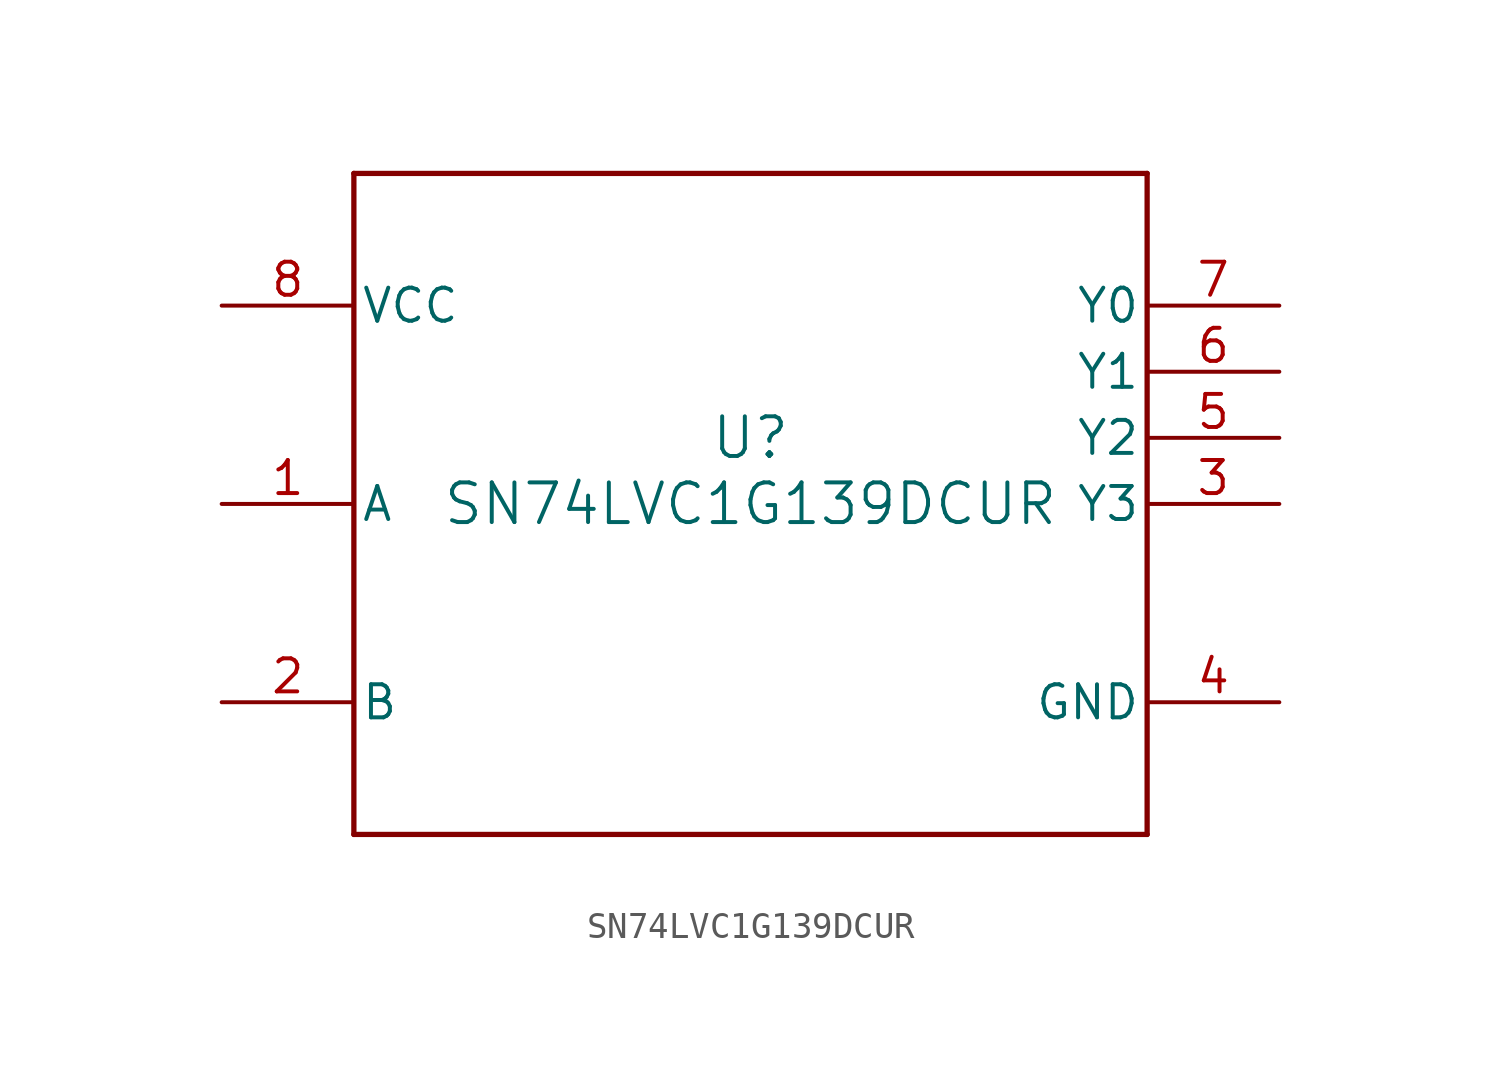
<source format=kicad_sym>
(kicad_symbol_lib
  (version 20211014)
  (generator kicad_symbol_editor)
  (symbol "SN74LVC1G139DCUR"
    (pin_names
      (offset 0.254))
    (property "Reference" "U"
      (at 0 2.54 0)
      (effects (font (size 1.524 1.524))))
    (property "Value" "SN74LVC1G139DCUR"
      (at 0 0 0)
      (effects (font (size 1.524 1.524))))
    (symbol "SN74LVC1G139DCUR_0_1"
      (polyline (pts (xy -15.24 -12.7) (xy 15.24 -12.7)) (stroke (width 0.203) (type default) (color 0 0 0 0)) (fill (type none)))
      (polyline (pts (xy 15.24 -12.7) (xy 15.24 12.7)) (stroke (width 0.203) (type default) (color 0 0 0 0)) (fill (type none)))
      (polyline (pts (xy 15.24 12.7) (xy -15.24 12.7)) (stroke (width 0.203) (type default) (color 0 0 0 0)) (fill (type none)))
      (polyline (pts (xy -15.24 12.7) (xy -15.24 -12.7)) (stroke (width 0.203) (type default) (color 0 0 0 0)) (fill (type none)))
      (pin input line (at -20.32 0 0) (length 5.08) (name "A" (effects (font (size 1.27 1.27)))) (number "1" (effects (font (size 1.27 1.27)))))
      (pin input line (at -20.32 -7.62 0) (length 5.08) (name "B" (effects (font (size 1.27 1.27)))) (number "2" (effects (font (size 1.27 1.27)))))
      (pin output line (at 20.32 0 180) (length 5.08) (name "Y3" (effects (font (size 1.27 1.27)))) (number "3" (effects (font (size 1.27 1.27)))))
      (pin power_in line (at 20.32 -7.62 180) (length 5.08) (name "GND" (effects (font (size 1.27 1.27)))) (number "4" (effects (font (size 1.27 1.27)))))
      (pin output line (at 20.32 2.54 180) (length 5.08) (name "Y2" (effects (font (size 1.27 1.27)))) (number "5" (effects (font (size 1.27 1.27)))))
      (pin output line (at 20.32 5.08 180) (length 5.08) (name "Y1" (effects (font (size 1.27 1.27)))) (number "6" (effects (font (size 1.27 1.27)))))
      (pin output line (at 20.32 7.62 180) (length 5.08) (name "Y0" (effects (font (size 1.27 1.27)))) (number "7" (effects (font (size 1.27 1.27)))))
      (pin power_in line (at -20.32 7.62 0) (length 5.08) (name "VCC" (effects (font (size 1.27 1.27)))) (number "8" (effects (font (size 1.27 1.27))))))))
</source>
